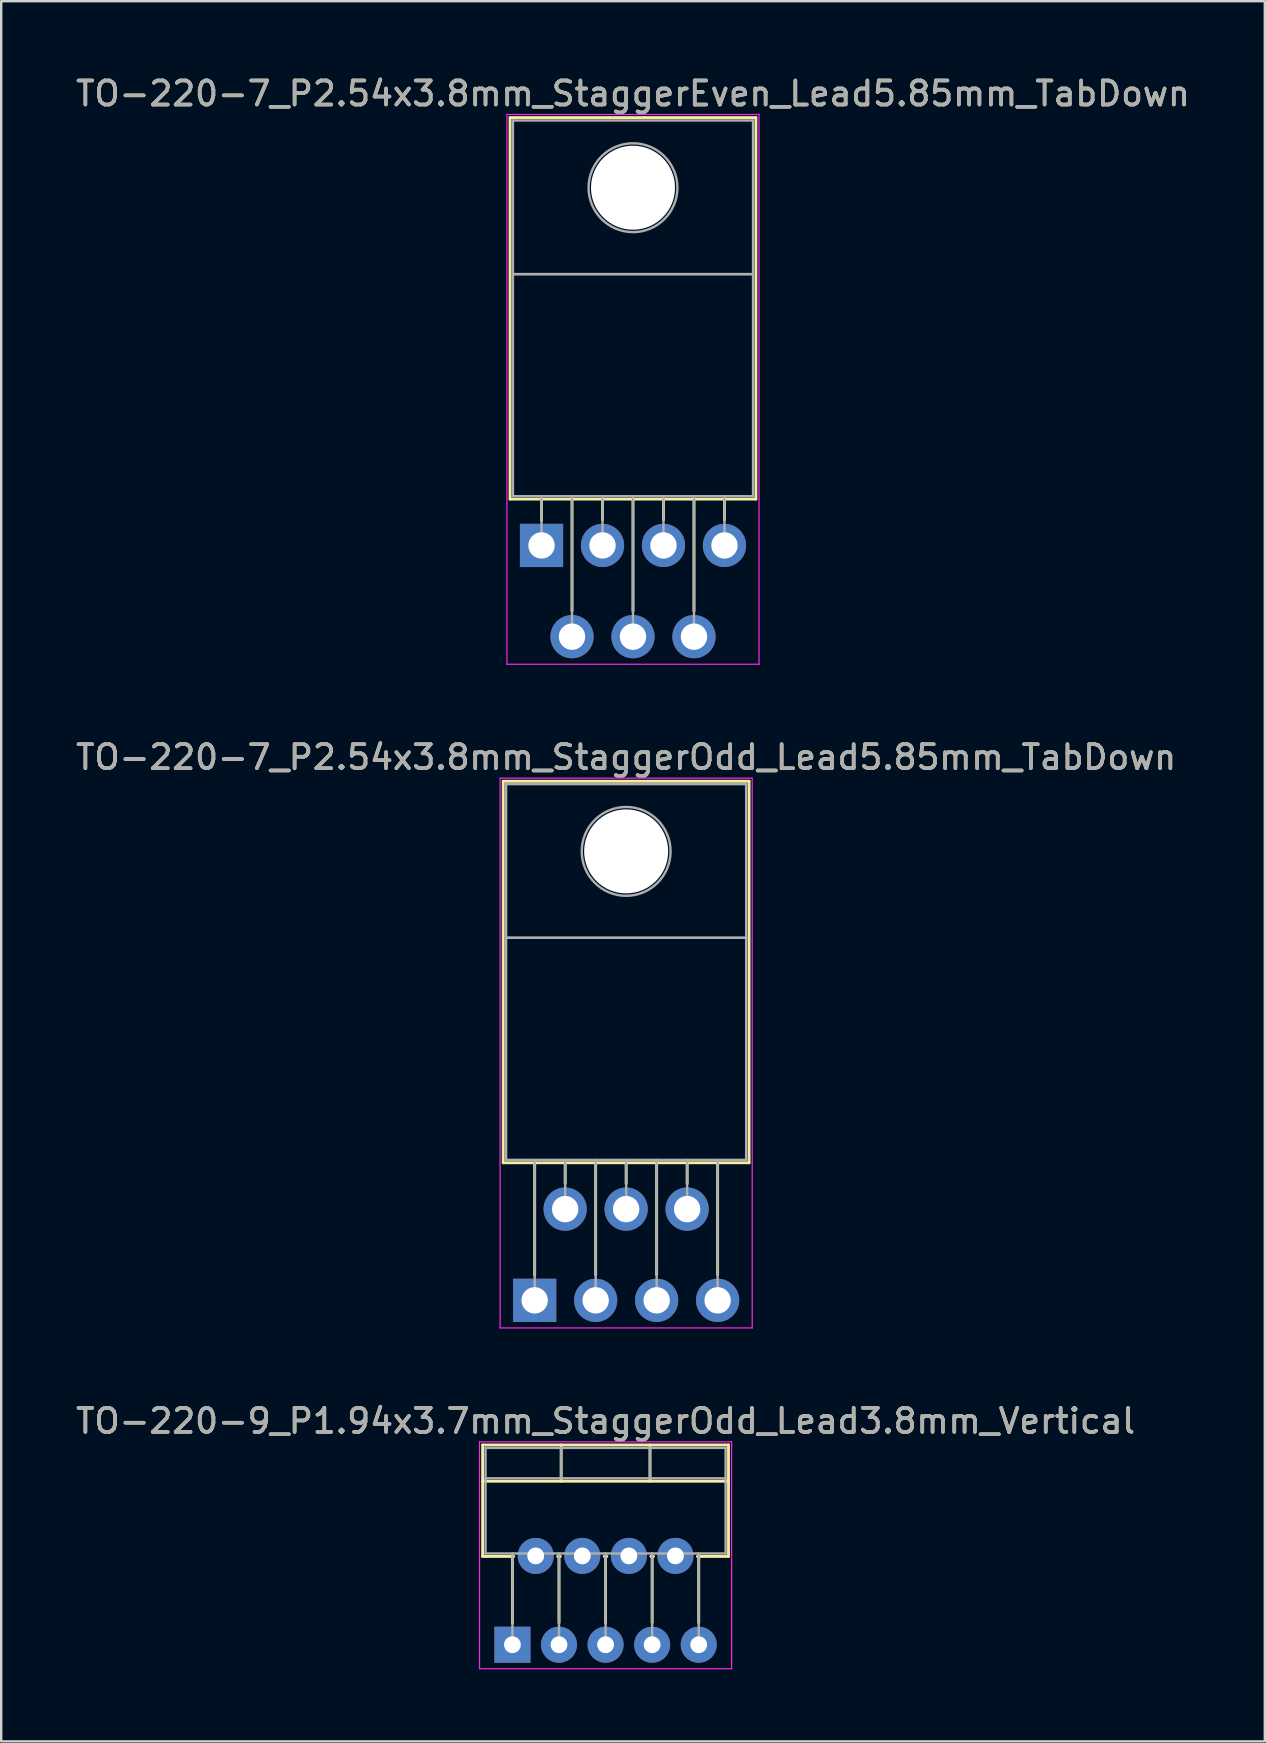
<source format=kicad_pcb>
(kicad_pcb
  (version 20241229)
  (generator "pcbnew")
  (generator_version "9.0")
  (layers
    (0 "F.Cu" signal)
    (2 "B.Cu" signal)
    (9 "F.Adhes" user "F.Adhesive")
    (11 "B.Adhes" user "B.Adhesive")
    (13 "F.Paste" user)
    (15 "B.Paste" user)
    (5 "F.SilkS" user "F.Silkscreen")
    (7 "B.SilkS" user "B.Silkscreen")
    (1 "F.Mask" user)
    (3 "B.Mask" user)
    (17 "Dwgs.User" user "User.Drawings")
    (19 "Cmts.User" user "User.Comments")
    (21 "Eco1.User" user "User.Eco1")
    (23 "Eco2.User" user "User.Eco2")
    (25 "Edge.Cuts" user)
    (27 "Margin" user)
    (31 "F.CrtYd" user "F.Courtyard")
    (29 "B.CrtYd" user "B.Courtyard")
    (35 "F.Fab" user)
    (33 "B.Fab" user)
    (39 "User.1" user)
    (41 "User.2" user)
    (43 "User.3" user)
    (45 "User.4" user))
  (footprint "TO-220-7_P2.54x3.8mm_StaggerOdd_Lead5.85mm_TabDown"
    (layer "F.Cu")
    (at 19.22 51.111)
    (property "Reference" "TO-220-7_P2.54x3.8mm_StaggerOdd_Lead5.85mm_TabDown" (at 3.81 -22.62 0) (layer "F.SilkS") (effects (font (size 1 1) (thickness 0.15))))
    (attr through_hole)
    (fp_line (start -1.31 -21.62) (end -1.31 -5.73) (stroke (width 0.12) (type solid)) (layer "F.SilkS"))
    (fp_line (start -1.31 -21.62) (end 8.93 -21.62) (stroke (width 0.12) (type solid)) (layer "F.SilkS"))
    (fp_line (start -1.31 -5.73) (end 8.93 -5.73) (stroke (width 0.12) (type solid)) (layer "F.SilkS"))
    (fp_line (start 0 -5.73) (end 0 -1.05) (stroke (width 0.12) (type solid)) (layer "F.SilkS"))
    (fp_line (start 1.27 -5.73) (end 1.27 -4.866) (stroke (width 0.12) (type solid)) (layer "F.SilkS"))
    (fp_line (start 2.54 -5.73) (end 2.54 -1.065) (stroke (width 0.12) (type solid)) (layer "F.SilkS"))
    (fp_line (start 3.81 -5.73) (end 3.81 -4.866) (stroke (width 0.12) (type solid)) (layer "F.SilkS"))
    (fp_line (start 5.08 -5.73) (end 5.08 -1.065) (stroke (width 0.12) (type solid)) (layer "F.SilkS"))
    (fp_line (start 6.35 -5.73) (end 6.35 -4.866) (stroke (width 0.12) (type solid)) (layer "F.SilkS"))
    (fp_line (start 7.62 -5.73) (end 7.62 -1.065) (stroke (width 0.12) (type solid)) (layer "F.SilkS"))
    (fp_line (start 8.93 -21.62) (end 8.93 -5.73) (stroke (width 0.12) (type solid)) (layer "F.SilkS"))
    (fp_line (start -1.44 -21.75) (end -1.44 1.15) (stroke (width 0.05) (type solid)) (layer "F.CrtYd"))
    (fp_line (start -1.44 1.15) (end 9.06 1.15) (stroke (width 0.05) (type solid)) (layer "F.CrtYd"))
    (fp_line (start 9.06 -21.75) (end -1.44 -21.75) (stroke (width 0.05) (type solid)) (layer "F.CrtYd"))
    (fp_line (start 9.06 1.15) (end 9.06 -21.75) (stroke (width 0.05) (type solid)) (layer "F.CrtYd"))
    (fp_line (start -1.19 -21.5) (end 8.81 -21.5) (stroke (width 0.1) (type solid)) (layer "F.Fab"))
    (fp_line (start -1.19 -15.1) (end -1.19 -21.5) (stroke (width 0.1) (type solid)) (layer "F.Fab"))
    (fp_line (start -1.19 -15.1) (end 8.81 -15.1) (stroke (width 0.1) (type solid)) (layer "F.Fab"))
    (fp_line (start -1.19 -5.85) (end -1.19 -15.1) (stroke (width 0.1) (type solid)) (layer "F.Fab"))
    (fp_line (start 0 -5.85) (end 0 0) (stroke (width 0.1) (type solid)) (layer "F.Fab"))
    (fp_line (start 1.27 -5.85) (end 1.27 -3.8) (stroke (width 0.1) (type solid)) (layer "F.Fab"))
    (fp_line (start 2.54 -5.85) (end 2.54 0) (stroke (width 0.1) (type solid)) (layer "F.Fab"))
    (fp_line (start 3.81 -5.85) (end 3.81 -3.8) (stroke (width 0.1) (type solid)) (layer "F.Fab"))
    (fp_line (start 5.08 -5.85) (end 5.08 0) (stroke (width 0.1) (type solid)) (layer "F.Fab"))
    (fp_line (start 6.35 -5.85) (end 6.35 -3.8) (stroke (width 0.1) (type solid)) (layer "F.Fab"))
    (fp_line (start 7.62 -5.85) (end 7.62 0) (stroke (width 0.1) (type solid)) (layer "F.Fab"))
    (fp_line (start 8.81 -21.5) (end 8.81 -15.1) (stroke (width 0.1) (type solid)) (layer "F.Fab"))
    (fp_line (start 8.81 -15.1) (end -1.19 -15.1) (stroke (width 0.1) (type solid)) (layer "F.Fab"))
    (fp_line (start 8.81 -15.1) (end 8.81 -5.85) (stroke (width 0.1) (type solid)) (layer "F.Fab"))
    (fp_line (start 8.81 -5.85) (end -1.19 -5.85) (stroke (width 0.1) (type solid)) (layer "F.Fab"))
    (fp_circle (center 3.81 -18.7) (end 5.66 -18.7) (stroke (width 0.1) (type solid)) (fill no) (layer "F.Fab"))
    (fp_text user "${REFERENCE}" (at 3.81 -22.62 0) (layer "F.Fab") (effects (font (size 1 1) (thickness 0.15))))
    (pad "" np_thru_hole oval (at 3.81 -18.7) (size 3.5 3.5) (drill 3.5) (layers "*.Cu" "*.Mask"))
    (pad "1" thru_hole rect (at 0 0) (size 1.8 1.8) (drill 1.1) (layers "*.Cu" "*.Mask"))
    (pad "2" thru_hole oval (at 1.27 -3.8) (size 1.8 1.8) (drill 1.1) (layers "*.Cu" "*.Mask"))
    (pad "3" thru_hole oval (at 2.54 0) (size 1.8 1.8) (drill 1.1) (layers "*.Cu" "*.Mask"))
    (pad "4" thru_hole oval (at 3.81 -3.8) (size 1.8 1.8) (drill 1.1) (layers "*.Cu" "*.Mask"))
    (pad "5" thru_hole oval (at 5.08 0) (size 1.8 1.8) (drill 1.1) (layers "*.Cu" "*.Mask"))
    (pad "6" thru_hole oval (at 6.35 -3.8) (size 1.8 1.8) (drill 1.1) (layers "*.Cu" "*.Mask"))
    (pad "7" thru_hole oval (at 7.62 0) (size 1.8 1.8) (drill 1.1) (layers "*.Cu" "*.Mask")))
  (footprint "TO-220-7_P2.54x3.8mm_StaggerEven_Lead5.85mm_TabDown"
    (layer "F.Cu")
    (at 19.505 19.668)
    (property "Reference" "TO-220-7_P2.54x3.8mm_StaggerEven_Lead5.85mm_TabDown" (at 3.81 -18.82 0) (layer "F.SilkS") (effects (font (size 1 1) (thickness 0.15))))
    (attr through_hole)
    (fp_line (start -1.31 -17.82) (end -1.31 -1.93) (stroke (width 0.12) (type solid)) (layer "F.SilkS"))
    (fp_line (start -1.31 -17.82) (end 8.93 -17.82) (stroke (width 0.12) (type solid)) (layer "F.SilkS"))
    (fp_line (start -1.31 -1.93) (end 8.93 -1.93) (stroke (width 0.12) (type solid)) (layer "F.SilkS"))
    (fp_line (start 0 -1.93) (end 0 -1.05) (stroke (width 0.12) (type solid)) (layer "F.SilkS"))
    (fp_line (start 1.27 -1.93) (end 1.27 2.735) (stroke (width 0.12) (type solid)) (layer "F.SilkS"))
    (fp_line (start 2.54 -1.93) (end 2.54 -1.066) (stroke (width 0.12) (type solid)) (layer "F.SilkS"))
    (fp_line (start 3.81 -1.93) (end 3.81 2.735) (stroke (width 0.12) (type solid)) (layer "F.SilkS"))
    (fp_line (start 5.08 -1.93) (end 5.08 -1.066) (stroke (width 0.12) (type solid)) (layer "F.SilkS"))
    (fp_line (start 6.35 -1.93) (end 6.35 2.735) (stroke (width 0.12) (type solid)) (layer "F.SilkS"))
    (fp_line (start 7.62 -1.93) (end 7.62 -1.066) (stroke (width 0.12) (type solid)) (layer "F.SilkS"))
    (fp_line (start 8.93 -17.82) (end 8.93 -1.93) (stroke (width 0.12) (type solid)) (layer "F.SilkS"))
    (fp_line (start -1.44 -17.95) (end -1.44 4.95) (stroke (width 0.05) (type solid)) (layer "F.CrtYd"))
    (fp_line (start -1.44 4.95) (end 9.06 4.95) (stroke (width 0.05) (type solid)) (layer "F.CrtYd"))
    (fp_line (start 9.06 -17.95) (end -1.44 -17.95) (stroke (width 0.05) (type solid)) (layer "F.CrtYd"))
    (fp_line (start 9.06 4.95) (end 9.06 -17.95) (stroke (width 0.05) (type solid)) (layer "F.CrtYd"))
    (fp_line (start -1.19 -17.7) (end 8.81 -17.7) (stroke (width 0.1) (type solid)) (layer "F.Fab"))
    (fp_line (start -1.19 -11.3) (end -1.19 -17.7) (stroke (width 0.1) (type solid)) (layer "F.Fab"))
    (fp_line (start -1.19 -11.3) (end 8.81 -11.3) (stroke (width 0.1) (type solid)) (layer "F.Fab"))
    (fp_line (start -1.19 -2.05) (end -1.19 -11.3) (stroke (width 0.1) (type solid)) (layer "F.Fab"))
    (fp_line (start 0 -2.05) (end 0 0) (stroke (width 0.1) (type solid)) (layer "F.Fab"))
    (fp_line (start 1.27 -2.05) (end 1.27 3.8) (stroke (width 0.1) (type solid)) (layer "F.Fab"))
    (fp_line (start 2.54 -2.05) (end 2.54 0) (stroke (width 0.1) (type solid)) (layer "F.Fab"))
    (fp_line (start 3.81 -2.05) (end 3.81 3.8) (stroke (width 0.1) (type solid)) (layer "F.Fab"))
    (fp_line (start 5.08 -2.05) (end 5.08 0) (stroke (width 0.1) (type solid)) (layer "F.Fab"))
    (fp_line (start 6.35 -2.05) (end 6.35 3.8) (stroke (width 0.1) (type solid)) (layer "F.Fab"))
    (fp_line (start 7.62 -2.05) (end 7.62 0) (stroke (width 0.1) (type solid)) (layer "F.Fab"))
    (fp_line (start 8.81 -17.7) (end 8.81 -11.3) (stroke (width 0.1) (type solid)) (layer "F.Fab"))
    (fp_line (start 8.81 -11.3) (end -1.19 -11.3) (stroke (width 0.1) (type solid)) (layer "F.Fab"))
    (fp_line (start 8.81 -11.3) (end 8.81 -2.05) (stroke (width 0.1) (type solid)) (layer "F.Fab"))
    (fp_line (start 8.81 -2.05) (end -1.19 -2.05) (stroke (width 0.1) (type solid)) (layer "F.Fab"))
    (fp_circle (center 3.81 -14.9) (end 5.66 -14.9) (stroke (width 0.1) (type solid)) (fill no) (layer "F.Fab"))
    (fp_text user "${REFERENCE}" (at 3.81 -18.82 0) (layer "F.Fab") (effects (font (size 1 1) (thickness 0.15))))
    (pad "" np_thru_hole oval (at 3.81 -14.9) (size 3.5 3.5) (drill 3.5) (layers "*.Cu" "*.Mask"))
    (pad "1" thru_hole rect (at 0 0) (size 1.8 1.8) (drill 1.1) (layers "*.Cu" "*.Mask"))
    (pad "2" thru_hole oval (at 1.27 3.8) (size 1.8 1.8) (drill 1.1) (layers "*.Cu" "*.Mask"))
    (pad "3" thru_hole oval (at 2.54 0) (size 1.8 1.8) (drill 1.1) (layers "*.Cu" "*.Mask"))
    (pad "4" thru_hole oval (at 3.81 3.8) (size 1.8 1.8) (drill 1.1) (layers "*.Cu" "*.Mask"))
    (pad "5" thru_hole oval (at 5.08 0) (size 1.8 1.8) (drill 1.1) (layers "*.Cu" "*.Mask"))
    (pad "6" thru_hole oval (at 6.35 3.8) (size 1.8 1.8) (drill 1.1) (layers "*.Cu" "*.Mask"))
    (pad "7" thru_hole oval (at 7.62 0) (size 1.8 1.8) (drill 1.1) (layers "*.Cu" "*.Mask")))
  (footprint "TO-220-9_P1.94x3.7mm_StaggerOdd_Lead3.8mm_Vertical"
    (layer "F.Cu")
    (at 18.293 65.455)
    (property "Reference" "TO-220-9_P1.94x3.7mm_StaggerOdd_Lead3.8mm_Vertical" (at 3.88 -9.32 0) (layer "F.SilkS") (effects (font (size 1 1) (thickness 0.15))))
    (attr through_hole)
    (fp_line (start -1.241 -8.32) (end -1.241 -3.679) (stroke (width 0.12) (type solid)) (layer "F.SilkS"))
    (fp_line (start -1.241 -8.32) (end 9 -8.32) (stroke (width 0.12) (type solid)) (layer "F.SilkS"))
    (fp_line (start -1.241 -6.811) (end 9 -6.811) (stroke (width 0.12) (type solid)) (layer "F.SilkS"))
    (fp_line (start -1.241 -3.679) (end 0.055 -3.679) (stroke (width 0.12) (type solid)) (layer "F.SilkS"))
    (fp_line (start 0 -3.679) (end 0 -0.9) (stroke (width 0.12) (type solid)) (layer "F.SilkS"))
    (fp_line (start 1.885 -3.679) (end 1.996 -3.679) (stroke (width 0.12) (type solid)) (layer "F.SilkS"))
    (fp_line (start 1.94 -3.679) (end 1.94 -0.915) (stroke (width 0.12) (type solid)) (layer "F.SilkS"))
    (fp_line (start 2.03 -8.32) (end 2.03 -6.811) (stroke (width 0.12) (type solid)) (layer "F.SilkS"))
    (fp_line (start 3.825 -3.679) (end 3.935 -3.679) (stroke (width 0.12) (type solid)) (layer "F.SilkS"))
    (fp_line (start 3.88 -3.679) (end 3.88 -0.915) (stroke (width 0.12) (type solid)) (layer "F.SilkS"))
    (fp_line (start 5.73 -8.32) (end 5.73 -6.811) (stroke (width 0.12) (type solid)) (layer "F.SilkS"))
    (fp_line (start 5.765 -3.679) (end 5.875 -3.679) (stroke (width 0.12) (type solid)) (layer "F.SilkS"))
    (fp_line (start 5.82 -3.679) (end 5.82 -0.915) (stroke (width 0.12) (type solid)) (layer "F.SilkS"))
    (fp_line (start 7.705 -3.679) (end 9 -3.679) (stroke (width 0.12) (type solid)) (layer "F.SilkS"))
    (fp_line (start 7.76 -3.679) (end 7.76 -0.915) (stroke (width 0.12) (type solid)) (layer "F.SilkS"))
    (fp_line (start 9 -8.32) (end 9 -3.679) (stroke (width 0.12) (type solid)) (layer "F.SilkS"))
    (fp_line (start -1.37 -8.45) (end -1.37 1) (stroke (width 0.05) (type solid)) (layer "F.CrtYd"))
    (fp_line (start -1.37 1) (end 9.13 1) (stroke (width 0.05) (type solid)) (layer "F.CrtYd"))
    (fp_line (start 9.13 -8.45) (end -1.37 -8.45) (stroke (width 0.05) (type solid)) (layer "F.CrtYd"))
    (fp_line (start 9.13 1) (end 9.13 -8.45) (stroke (width 0.05) (type solid)) (layer "F.CrtYd"))
    (fp_line (start -1.12 -8.2) (end -1.12 -3.8) (stroke (width 0.1) (type solid)) (layer "F.Fab"))
    (fp_line (start -1.12 -6.93) (end 8.88 -6.93) (stroke (width 0.1) (type solid)) (layer "F.Fab"))
    (fp_line (start -1.12 -3.8) (end 8.88 -3.8) (stroke (width 0.1) (type solid)) (layer "F.Fab"))
    (fp_line (start 0 -3.8) (end 0 0) (stroke (width 0.1) (type solid)) (layer "F.Fab"))
    (fp_line (start 0.97 -3.8) (end 0.97 -3.7) (stroke (width 0.1) (type solid)) (layer "F.Fab"))
    (fp_line (start 1.94 -3.8) (end 1.94 0) (stroke (width 0.1) (type solid)) (layer "F.Fab"))
    (fp_line (start 2.03 -8.2) (end 2.03 -6.93) (stroke (width 0.1) (type solid)) (layer "F.Fab"))
    (fp_line (start 2.91 -3.8) (end 2.91 -3.7) (stroke (width 0.1) (type solid)) (layer "F.Fab"))
    (fp_line (start 3.88 -3.8) (end 3.88 0) (stroke (width 0.1) (type solid)) (layer "F.Fab"))
    (fp_line (start 4.85 -3.8) (end 4.85 -3.7) (stroke (width 0.1) (type solid)) (layer "F.Fab"))
    (fp_line (start 5.73 -8.2) (end 5.73 -6.93) (stroke (width 0.1) (type solid)) (layer "F.Fab"))
    (fp_line (start 5.82 -3.8) (end 5.82 0) (stroke (width 0.1) (type solid)) (layer "F.Fab"))
    (fp_line (start 6.79 -3.8) (end 6.79 -3.7) (stroke (width 0.1) (type solid)) (layer "F.Fab"))
    (fp_line (start 7.76 -3.8) (end 7.76 0) (stroke (width 0.1) (type solid)) (layer "F.Fab"))
    (fp_line (start 8.88 -8.2) (end -1.12 -8.2) (stroke (width 0.1) (type solid)) (layer "F.Fab"))
    (fp_line (start 8.88 -3.8) (end 8.88 -8.2) (stroke (width 0.1) (type solid)) (layer "F.Fab"))
    (fp_text user "${REFERENCE}" (at 3.88 -9.32 0) (layer "F.Fab") (effects (font (size 1 1) (thickness 0.15))))
    (pad "1" thru_hole rect (at 0 0) (size 1.5 1.5) (drill 0.7) (layers "*.Cu" "*.Mask"))
    (pad "2" thru_hole oval (at 0.97 -3.7) (size 1.5 1.5) (drill 0.7) (layers "*.Cu" "*.Mask"))
    (pad "3" thru_hole oval (at 1.94 0) (size 1.5 1.5) (drill 0.7) (layers "*.Cu" "*.Mask"))
    (pad "4" thru_hole oval (at 2.91 -3.7) (size 1.5 1.5) (drill 0.7) (layers "*.Cu" "*.Mask"))
    (pad "5" thru_hole oval (at 3.88 0) (size 1.5 1.5) (drill 0.7) (layers "*.Cu" "*.Mask"))
    (pad "6" thru_hole oval (at 4.85 -3.7) (size 1.5 1.5) (drill 0.7) (layers "*.Cu" "*.Mask"))
    (pad "7" thru_hole oval (at 5.82 0) (size 1.5 1.5) (drill 0.7) (layers "*.Cu" "*.Mask"))
    (pad "8" thru_hole oval (at 6.79 -3.7) (size 1.5 1.5) (drill 0.7) (layers "*.Cu" "*.Mask"))
    (pad "9" thru_hole oval (at 7.76 0) (size 1.5 1.5) (drill 0.7) (layers "*.Cu" "*.Mask")))
  (gr_rect
    (start -3 -3)
    (end 49.631 69.48)
    (stroke (width 0.1) (type default))
    (fill no)
    (layer "Edge.Cuts")))
</source>
